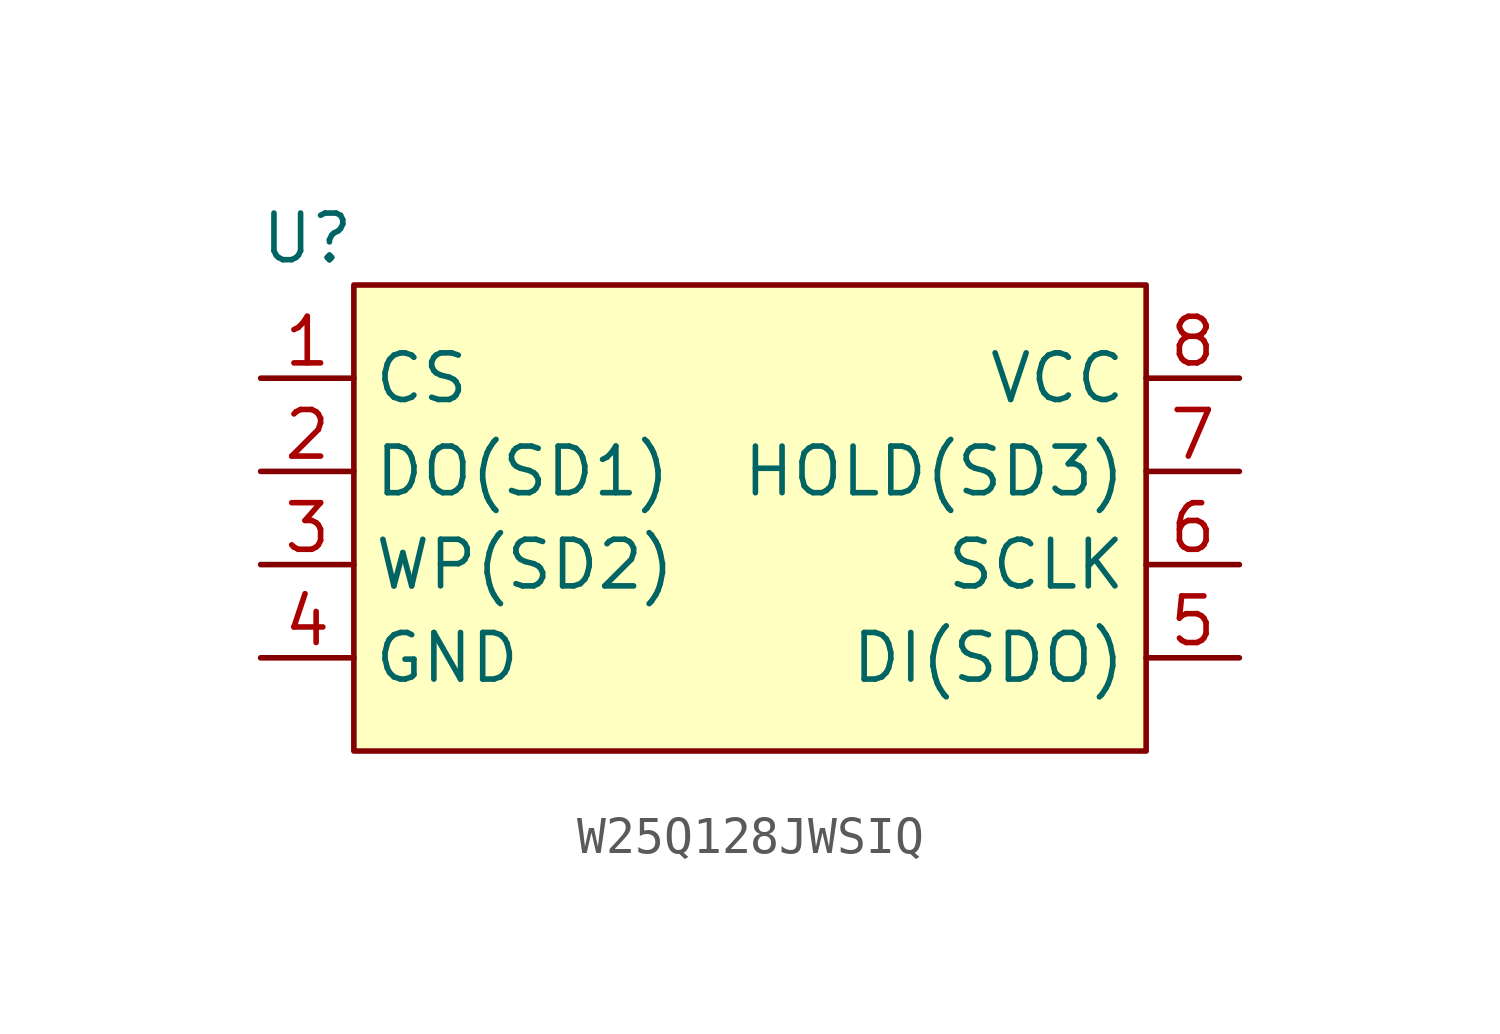
<source format=kicad_sym>
(kicad_symbol_lib
  (version 20220914)
  (generator kicad_symbol_editor)
  (symbol "W25Q128JWSIQ"
    (property "Reference" "U"
      (at -10.16 7.62 0)
      (effects (font (size 1.27 1.27))))
    (property "Value" ""
      (at -10.16 7.62 0)
      (effects (font (size 1.27 1.27))))
    (symbol "W25Q128JWSIQ_1_1"
      (rectangle (start -8.89 6.35) (end 12.7 -6.35) (stroke (width 0) (type default)) (fill (type background)))
      (pin bidirectional line (at -11.43 3.81 0) (length 2.54) (name "CS" (effects (font (size 1.27 1.27)))) (number "1" (effects (font (size 1.27 1.27)))))
      (pin bidirectional line (at -11.43 1.27 0) (length 2.54) (name "DO(SD1)" (effects (font (size 1.27 1.27)))) (number "2" (effects (font (size 1.27 1.27)))))
      (pin bidirectional line (at -11.43 -1.27 0) (length 2.54) (name "WP(SD2)" (effects (font (size 1.27 1.27)))) (number "3" (effects (font (size 1.27 1.27)))))
      (pin power_in line (at -11.43 -3.81 0) (length 2.54) (name "GND" (effects (font (size 1.27 1.27)))) (number "4" (effects (font (size 1.27 1.27)))))
      (pin bidirectional line (at 15.24 -3.81 180) (length 2.54) (name "DI(SDO)" (effects (font (size 1.27 1.27)))) (number "5" (effects (font (size 1.27 1.27)))))
      (pin bidirectional line (at 15.24 -1.27 180) (length 2.54) (name "SCLK" (effects (font (size 1.27 1.27)))) (number "6" (effects (font (size 1.27 1.27)))))
      (pin bidirectional line (at 15.24 1.27 180) (length 2.54) (name "HOLD(SD3)" (effects (font (size 1.27 1.27)))) (number "7" (effects (font (size 1.27 1.27)))))
      (pin power_in line (at 15.24 3.81 180) (length 2.54) (name "VCC" (effects (font (size 1.27 1.27)))) (number "8" (effects (font (size 1.27 1.27))))))))
</source>
